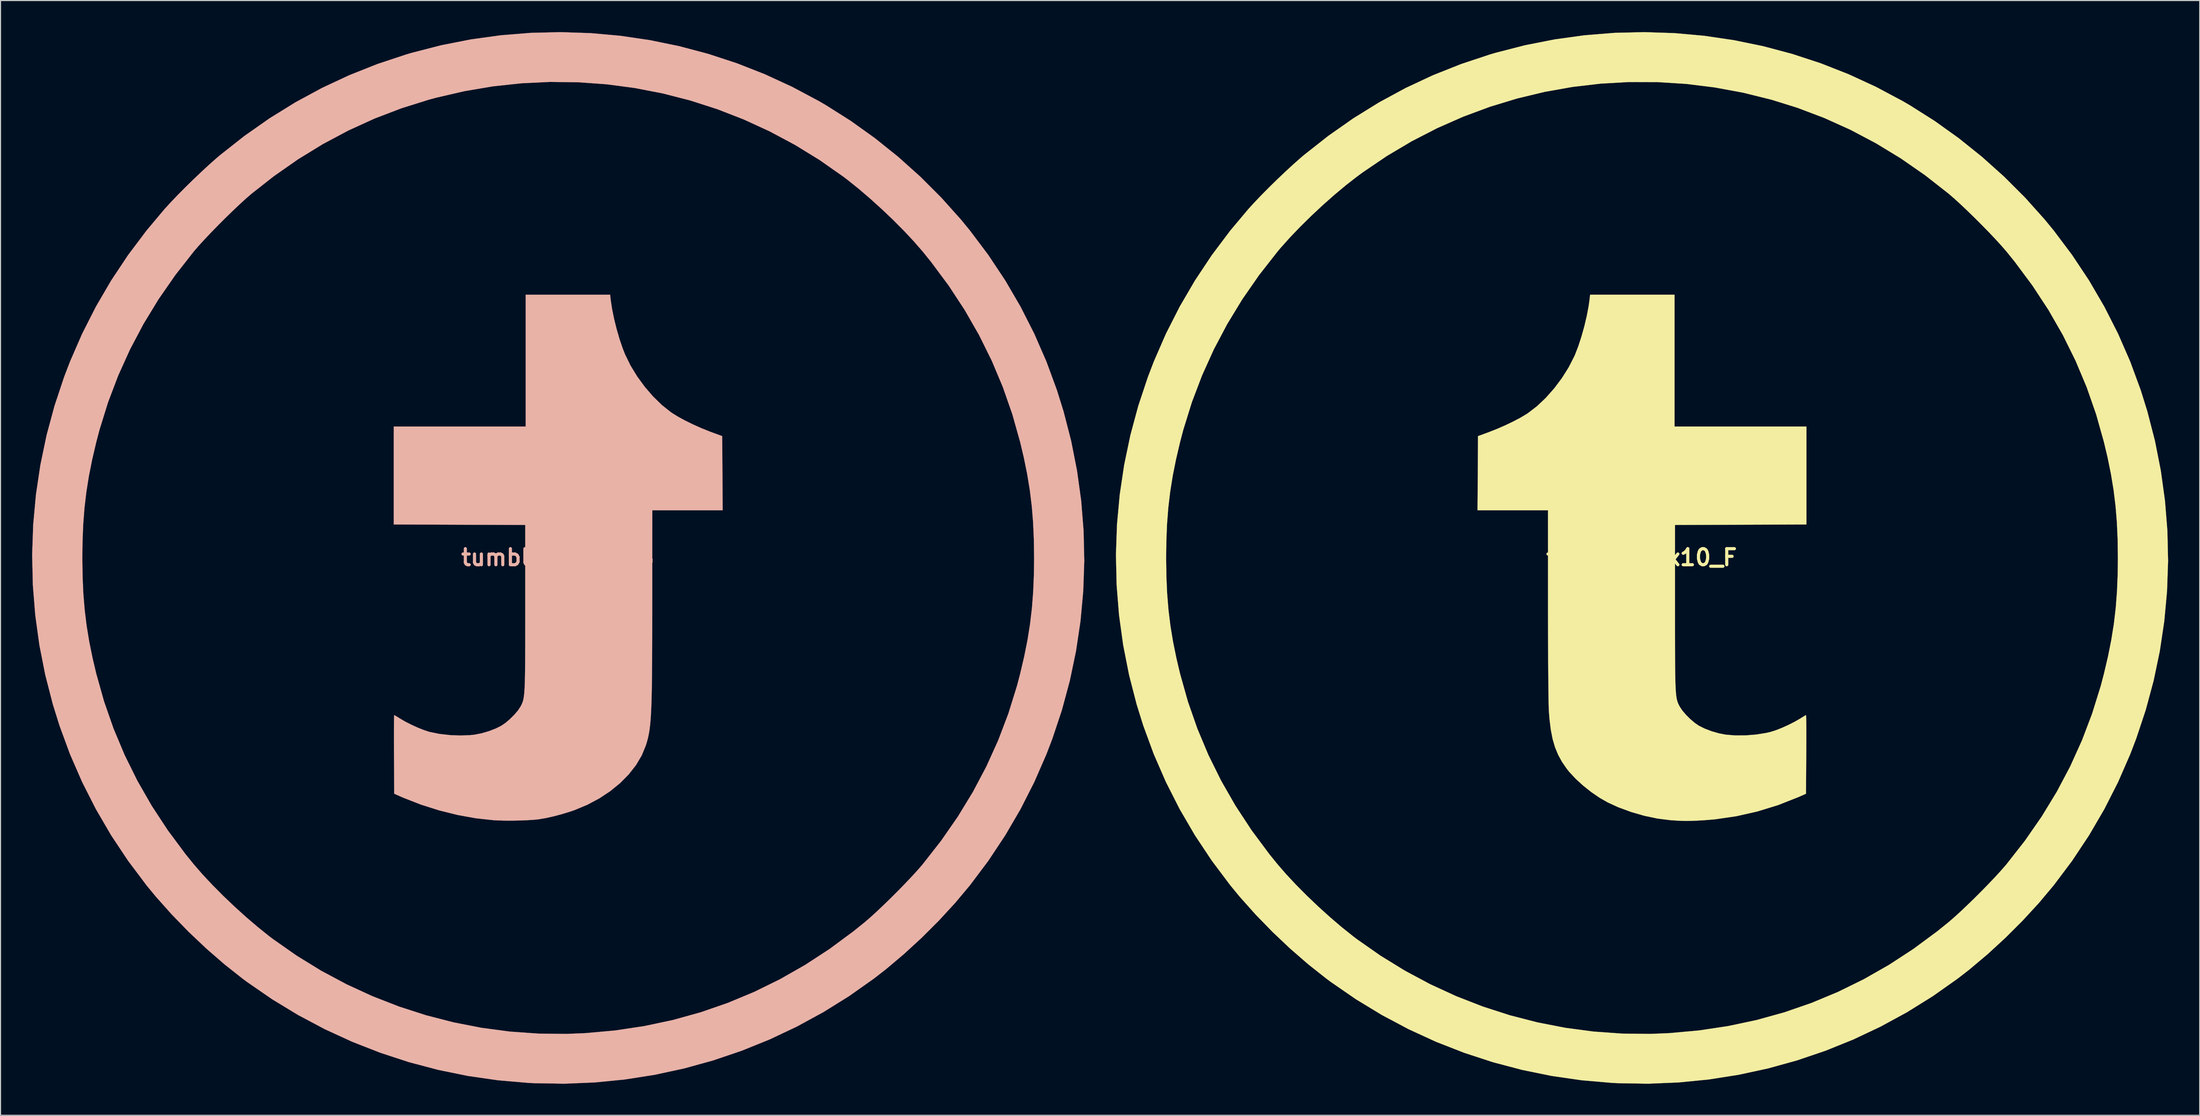
<source format=kicad_pcb>
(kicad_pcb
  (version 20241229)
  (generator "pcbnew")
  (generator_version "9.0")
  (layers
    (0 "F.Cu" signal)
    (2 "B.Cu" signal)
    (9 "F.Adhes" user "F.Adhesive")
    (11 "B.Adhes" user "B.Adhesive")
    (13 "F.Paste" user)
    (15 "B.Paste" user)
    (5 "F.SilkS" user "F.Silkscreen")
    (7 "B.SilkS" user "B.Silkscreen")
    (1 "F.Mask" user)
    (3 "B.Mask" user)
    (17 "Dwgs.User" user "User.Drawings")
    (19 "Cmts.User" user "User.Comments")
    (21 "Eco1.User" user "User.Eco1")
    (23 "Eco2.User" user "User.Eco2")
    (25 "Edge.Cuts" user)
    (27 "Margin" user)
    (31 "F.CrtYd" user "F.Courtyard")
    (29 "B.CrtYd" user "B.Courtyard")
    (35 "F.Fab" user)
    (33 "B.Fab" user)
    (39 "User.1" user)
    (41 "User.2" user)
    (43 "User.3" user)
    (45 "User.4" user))
  (footprint "tumblr_10x10_F"
    (layer "F.Cu")
    (at 152.892 49.938)
    (property "Reference" "tumblr_10x10_F" (at 0 0 0) (layer "F.SilkS") (effects (font (size 1.524 1.524) (thickness 0.3))))
    (attr through_hole)
    (fp_poly (pts (xy 3.133 -12.446) (xy 15.663 -12.446) (xy 15.663 -3.134) (xy 9.419 -3.112) (xy 3.175 -3.09) (xy 3.175 4.784) (xy 3.175 6.175) (xy 3.176 7.407) (xy 3.178 8.492) (xy 3.181 9.44) (xy 3.186 10.26) (xy 3.194 10.965) (xy 3.205 11.565) (xy 3.22 12.071) (xy 3.239 12.492) (xy 3.263 12.841) (xy 3.292 13.127) (xy 3.326 13.362) (xy 3.367 13.555) (xy 3.415 13.719) (xy 3.469 13.863) (xy 3.532 13.998) (xy 3.603 14.134) (xy 3.627 14.18) (xy 3.868 14.543) (xy 4.213 14.949) (xy 4.618 15.354) (xy 5.041 15.715) (xy 5.438 15.99) (xy 5.439 15.991) (xy 6.002 16.271) (xy 6.665 16.523) (xy 7.359 16.722) (xy 7.986 16.843) (xy 8.899 16.918) (xy 9.892 16.912) (xy 10.899 16.831) (xy 11.853 16.677) (xy 12.234 16.589) (xy 12.723 16.436) (xy 13.299 16.211) (xy 13.909 15.938) (xy 14.5 15.641) (xy 15.02 15.344) (xy 15.099 15.295) (xy 15.347 15.14) (xy 15.536 15.029) (xy 15.623 14.986) (xy 15.624 14.986) (xy 15.632 15.068) (xy 15.638 15.302) (xy 15.643 15.671) (xy 15.647 16.159) (xy 15.648 16.747) (xy 15.648 17.42) (xy 15.646 18.159) (xy 15.643 18.723) (xy 15.621 22.459) (xy 14.885 22.783) (xy 12.961 23.541) (xy 10.986 24.148) (xy 8.982 24.6) (xy 6.967 24.892) (xy 5.969 24.975) (xy 5.306 25.014) (xy 4.762 25.037) (xy 4.287 25.045) (xy 3.83 25.037) (xy 3.341 25.013) (xy 2.771 24.974) (xy 2.718 24.97) (xy 1.517 24.819) (xy 0.258 24.554) (xy -1.007 24.188) (xy -2.227 23.737) (xy -3.195 23.294) (xy -3.977 22.849) (xy -4.777 22.301) (xy -5.553 21.683) (xy -6.266 21.03) (xy -6.875 20.374) (xy -7.112 20.077) (xy -7.558 19.427) (xy -7.923 18.761) (xy -8.216 18.051) (xy -8.445 17.273) (xy -8.617 16.4) (xy -8.741 15.406) (xy -8.805 14.605) (xy -8.816 14.344) (xy -8.827 13.927) (xy -8.837 13.367) (xy -8.847 12.677) (xy -8.856 11.871) (xy -8.864 10.962) (xy -8.871 9.963) (xy -8.877 8.888) (xy -8.882 7.749) (xy -8.886 6.56) (xy -8.888 5.334) (xy -8.888 4.424) (xy -8.89 -4.487) (xy -15.581 -4.487) (xy -15.558 -8.011) (xy -15.536 -11.535) (xy -14.52 -11.908) (xy -13.74 -12.214) (xy -12.947 -12.561) (xy -12.182 -12.928) (xy -11.488 -13.295) (xy -10.906 -13.643) (xy -10.791 -13.719) (xy -9.937 -14.374) (xy -9.099 -15.168) (xy -8.3 -16.07) (xy -7.566 -17.049) (xy -6.921 -18.075) (xy -6.389 -19.119) (xy -6.315 -19.286) (xy -6.007 -20.084) (xy -5.709 -20.997) (xy -5.438 -21.968) (xy -5.207 -22.943) (xy -5.031 -23.867) (xy -4.945 -24.478) (xy -4.889 -24.977) (xy 3.133 -24.977) (xy 3.133 -12.446)) (stroke (width 0.01) (type solid)) (fill yes) (layer "F.SilkS"))
    (fp_poly (pts (xy 3.122 -49.839) (xy 5.953 -49.585) (xy 8.762 -49.171) (xy 11.545 -48.598) (xy 14.292 -47.868) (xy 16.998 -46.981) (xy 19.654 -45.938) (xy 22.254 -44.74) (xy 24.791 -43.388) (xy 25.485 -42.984) (xy 27.836 -41.495) (xy 30.124 -39.858) (xy 32.33 -38.088) (xy 34.44 -36.197) (xy 36.436 -34.201) (xy 38.303 -32.114) (xy 39.157 -31.073) (xy 40.907 -28.741) (xy 42.51 -26.326) (xy 43.964 -23.832) (xy 45.268 -21.262) (xy 46.42 -18.618) (xy 47.418 -15.904) (xy 48.047 -13.885) (xy 48.77 -11.079) (xy 49.328 -8.245) (xy 49.722 -5.392) (xy 49.951 -2.527) (xy 50.016 0.342) (xy 49.917 3.209) (xy 49.655 6.065) (xy 49.23 8.903) (xy 48.643 11.715) (xy 47.894 14.495) (xy 46.983 17.234) (xy 46.417 18.711) (xy 45.266 21.35) (xy 43.962 23.919) (xy 42.508 26.412) (xy 40.908 28.824) (xy 39.164 31.148) (xy 39.157 31.157) (xy 37.744 32.843) (xy 36.201 34.52) (xy 34.563 36.156) (xy 32.865 37.717) (xy 31.143 39.167) (xy 30.026 40.035) (xy 27.668 41.7) (xy 25.226 43.221) (xy 22.707 44.594) (xy 20.12 45.817) (xy 17.469 46.889) (xy 14.763 47.807) (xy 12.008 48.57) (xy 9.212 49.174) (xy 6.381 49.619) (xy 3.522 49.901) (xy 0.643 50.02) (xy -2.25 49.972) (xy -2.794 49.944) (xy -5.674 49.697) (xy -8.528 49.285) (xy -11.347 48.71) (xy -14.124 47.976) (xy -16.853 47.083) (xy -19.526 46.037) (xy -22.135 44.838) (xy -24.673 43.489) (xy -27.134 41.994) (xy -29.509 40.355) (xy -29.941 40.035) (xy -31.661 38.674) (xy -33.379 37.182) (xy -35.06 35.591) (xy -36.668 33.937) (xy -38.17 32.252) (xy -39.072 31.157) (xy -40.822 28.825) (xy -42.426 26.411) (xy -43.88 23.917) (xy -45.183 21.347) (xy -46.335 18.703) (xy -47.333 15.989) (xy -47.963 13.97) (xy -48.686 11.163) (xy -49.244 8.33) (xy -49.637 5.477) (xy -49.866 2.612) (xy -49.924 0.042) (xy -45.164 0.042) (xy -45.141 1.795) (xy -45.069 3.426) (xy -44.942 4.978) (xy -44.757 6.494) (xy -44.507 8.015) (xy -44.187 9.584) (xy -43.841 11.049) (xy -43.098 13.691) (xy -42.2 16.266) (xy -41.147 18.777) (xy -39.937 21.224) (xy -38.571 23.608) (xy -37.047 25.931) (xy -35.365 28.195) (xy -34.575 29.171) (xy -33.752 30.12) (xy -32.812 31.125) (xy -31.786 32.157) (xy -30.706 33.187) (xy -29.601 34.187) (xy -28.502 35.127) (xy -27.439 35.979) (xy -27.051 36.275) (xy -24.804 37.85) (xy -22.475 39.282) (xy -20.073 40.567) (xy -17.606 41.703) (xy -15.08 42.687) (xy -12.504 43.518) (xy -9.886 44.193) (xy -7.234 44.71) (xy -4.555 45.066) (xy -1.857 45.259) (xy 0.851 45.287) (xy 2.667 45.212) (xy 5.48 44.956) (xy 8.235 44.54) (xy 10.931 43.967) (xy 13.567 43.235) (xy 16.142 42.344) (xy 18.657 41.296) (xy 21.111 40.09) (xy 23.504 38.725) (xy 25.834 37.204) (xy 28.102 35.525) (xy 29.168 34.664) (xy 29.689 34.214) (xy 30.295 33.662) (xy 30.957 33.035) (xy 31.65 32.36) (xy 32.347 31.663) (xy 33.022 30.97) (xy 33.648 30.308) (xy 34.2 29.703) (xy 34.651 29.182) (xy 34.66 29.171) (xy 36.412 26.933) (xy 38.005 24.636) (xy 39.441 22.278) (xy 40.719 19.859) (xy 41.841 17.377) (xy 42.807 14.83) (xy 43.619 12.218) (xy 43.926 11.049) (xy 44.312 9.402) (xy 44.623 7.84) (xy 44.866 6.322) (xy 45.044 4.804) (xy 45.164 3.245) (xy 45.231 1.602) (xy 45.249 0.042) (xy 45.226 -1.71) (xy 45.154 -3.341) (xy 45.027 -4.893) (xy 44.841 -6.409) (xy 44.591 -7.93) (xy 44.272 -9.499) (xy 43.926 -10.964) (xy 43.183 -13.606) (xy 42.285 -16.182) (xy 41.231 -18.692) (xy 40.022 -21.139) (xy 38.655 -23.523) (xy 37.131 -25.847) (xy 35.449 -28.11) (xy 34.66 -29.086) (xy 34.212 -29.605) (xy 33.663 -30.208) (xy 33.038 -30.869) (xy 32.363 -31.561) (xy 31.667 -32.258) (xy 30.973 -32.934) (xy 30.31 -33.563) (xy 29.703 -34.117) (xy 29.179 -34.57) (xy 29.168 -34.58) (xy 26.931 -36.333) (xy 24.632 -37.929) (xy 22.271 -39.367) (xy 19.847 -40.649) (xy 17.359 -41.773) (xy 14.809 -42.74) (xy 12.334 -43.512) (xy 9.647 -44.178) (xy 6.945 -44.678) (xy 4.234 -45.013) (xy 1.522 -45.184) (xy -1.185 -45.192) (xy -3.881 -45.039) (xy -6.557 -44.726) (xy -9.208 -44.255) (xy -11.826 -43.625) (xy -14.405 -42.84) (xy -16.939 -41.899) (xy -19.419 -40.805) (xy -21.841 -39.558) (xy -24.196 -38.16) (xy -26.478 -36.612) (xy -27.051 -36.19) (xy -28.091 -35.379) (xy -29.18 -34.469) (xy -30.286 -33.488) (xy -31.38 -32.466) (xy -32.43 -31.431) (xy -33.406 -30.413) (xy -34.277 -29.439) (xy -34.575 -29.086) (xy -36.327 -26.848) (xy -37.921 -24.551) (xy -39.356 -22.194) (xy -40.634 -19.775) (xy -41.756 -17.292) (xy -42.723 -14.746) (xy -43.534 -12.133) (xy -43.841 -10.964) (xy -44.227 -9.317) (xy -44.538 -7.756) (xy -44.781 -6.237) (xy -44.96 -4.719) (xy -45.08 -3.16) (xy -45.146 -1.518) (xy -45.164 0.042) (xy -49.924 0.042) (xy -49.931 -0.258) (xy -49.832 -3.124) (xy -49.57 -5.98) (xy -49.146 -8.818) (xy -48.558 -11.631) (xy -47.809 -14.41) (xy -46.898 -17.149) (xy -46.332 -18.627) (xy -45.179 -21.273) (xy -43.876 -23.839) (xy -42.424 -26.328) (xy -40.822 -28.738) (xy -39.069 -31.071) (xy -37.362 -33.105) (xy -36.791 -33.732) (xy -36.12 -34.434) (xy -35.383 -35.179) (xy -34.61 -35.936) (xy -33.835 -36.673) (xy -33.089 -37.361) (xy -32.405 -37.967) (xy -32.089 -38.236) (xy -29.768 -40.066) (xy -27.381 -41.741) (xy -24.927 -43.261) (xy -22.404 -44.627) (xy -19.809 -45.84) (xy -17.142 -46.901) (xy -14.4 -47.811) (xy -13.885 -47.963) (xy -11.083 -48.685) (xy -8.259 -49.242) (xy -5.419 -49.635) (xy -2.571 -49.865) (xy 0.279 -49.933) (xy 3.122 -49.839)) (stroke (width 0.01) (type solid)) (fill yes) (layer "F.SilkS")))
  (footprint "tumblr_10x10_B"
    (layer "F.Cu")
    (at 49.936 49.938)
    (property "Reference" "tumblr_10x10_B" (at 0 0 0) (layer "B.SilkS") (effects (font (size 1.524 1.524) (thickness 0.3))))
    (attr through_hole)
    (fp_poly (pts (xy 5.03 -24.478) (xy 5.157 -23.627) (xy 5.349 -22.684) (xy 5.592 -21.704) (xy 5.872 -20.743) (xy 6.174 -19.856) (xy 6.4 -19.286) (xy 6.911 -18.243) (xy 7.54 -17.212) (xy 8.262 -16.223) (xy 9.051 -15.307) (xy 9.885 -14.493) (xy 10.738 -13.814) (xy 10.876 -13.719) (xy 11.426 -13.379) (xy 12.098 -13.014) (xy 12.85 -12.645) (xy 13.64 -12.291) (xy 14.427 -11.974) (xy 14.605 -11.908) (xy 15.621 -11.535) (xy 15.643 -8.011) (xy 15.665 -4.487) (xy 8.975 -4.487) (xy 8.973 4.424) (xy 8.972 6.078) (xy 8.97 7.572) (xy 8.966 8.916) (xy 8.959 10.121) (xy 8.95 11.196) (xy 8.938 12.15) (xy 8.923 12.994) (xy 8.903 13.738) (xy 8.879 14.391) (xy 8.849 14.963) (xy 8.815 15.464) (xy 8.775 15.903) (xy 8.728 16.292) (xy 8.675 16.638) (xy 8.615 16.953) (xy 8.547 17.246) (xy 8.471 17.527) (xy 8.387 17.806) (xy 8.368 17.865) (xy 7.977 18.816) (xy 7.431 19.738) (xy 6.743 20.619) (xy 5.924 21.447) (xy 4.988 22.211) (xy 3.948 22.901) (xy 2.817 23.504) (xy 1.606 24.009) (xy 1.27 24.126) (xy 0.467 24.376) (xy -0.343 24.595) (xy -1.107 24.768) (xy -1.772 24.882) (xy -1.778 24.883) (xy -2.295 24.936) (xy -2.934 24.977) (xy -3.65 25.004) (xy -4.396 25.016) (xy -5.125 25.012) (xy -5.792 24.992) (xy -6.113 24.974) (xy -7.786 24.792) (xy -9.514 24.479) (xy -11.256 24.046) (xy -12.973 23.503) (xy -14.625 22.859) (xy -14.8 22.783) (xy -15.536 22.459) (xy -15.558 18.723) (xy -15.562 17.946) (xy -15.564 17.223) (xy -15.563 16.572) (xy -15.561 16.011) (xy -15.557 15.555) (xy -15.552 15.222) (xy -15.545 15.029) (xy -15.539 14.986) (xy -15.452 15.028) (xy -15.264 15.139) (xy -15.015 15.294) (xy -15.014 15.295) (xy -14.511 15.59) (xy -13.928 15.888) (xy -13.318 16.167) (xy -12.732 16.402) (xy -12.225 16.569) (xy -12.15 16.589) (xy -11.239 16.773) (xy -10.246 16.886) (xy -9.239 16.925) (xy -8.283 16.886) (xy -7.901 16.843) (xy -7.241 16.714) (xy -6.547 16.512) (xy -5.887 16.258) (xy -5.354 15.991) (xy -4.957 15.716) (xy -4.534 15.355) (xy -4.129 14.95) (xy -3.784 14.544) (xy -3.543 14.181) (xy -3.542 14.18) (xy -3.469 14.04) (xy -3.404 13.906) (xy -3.347 13.766) (xy -3.297 13.61) (xy -3.254 13.427) (xy -3.217 13.207) (xy -3.187 12.938) (xy -3.162 12.611) (xy -3.141 12.214) (xy -3.125 11.736) (xy -3.113 11.167) (xy -3.104 10.497) (xy -3.098 9.714) (xy -3.094 8.808) (xy -3.092 7.769) (xy -3.091 6.584) (xy -3.09 5.245) (xy -3.09 4.784) (xy -3.09 -3.09) (xy -15.579 -3.134) (xy -15.579 -12.446) (xy -3.048 -12.446) (xy -3.048 -24.977) (xy 4.973 -24.977) (xy 5.03 -24.478)) (stroke (width 0.01) (type solid)) (fill yes) (layer "B.SilkS"))
    (fp_poly (pts (xy 3.122 -49.839) (xy 5.953 -49.585) (xy 8.762 -49.171) (xy 11.545 -48.598) (xy 14.292 -47.868) (xy 16.998 -46.981) (xy 19.654 -45.938) (xy 22.254 -44.74) (xy 24.791 -43.388) (xy 25.485 -42.984) (xy 27.836 -41.495) (xy 30.124 -39.858) (xy 32.33 -38.088) (xy 34.44 -36.197) (xy 36.436 -34.201) (xy 38.303 -32.114) (xy 39.157 -31.073) (xy 40.907 -28.741) (xy 42.51 -26.326) (xy 43.964 -23.832) (xy 45.268 -21.262) (xy 46.42 -18.618) (xy 47.418 -15.904) (xy 48.047 -13.885) (xy 48.77 -11.079) (xy 49.328 -8.245) (xy 49.722 -5.392) (xy 49.951 -2.527) (xy 50.016 0.342) (xy 49.917 3.209) (xy 49.655 6.065) (xy 49.23 8.903) (xy 48.643 11.715) (xy 47.894 14.495) (xy 46.983 17.234) (xy 46.417 18.711) (xy 45.266 21.35) (xy 43.962 23.919) (xy 42.508 26.412) (xy 40.908 28.824) (xy 39.164 31.148) (xy 39.157 31.157) (xy 37.744 32.843) (xy 36.201 34.52) (xy 34.563 36.156) (xy 32.865 37.717) (xy 31.143 39.167) (xy 30.026 40.035) (xy 27.668 41.7) (xy 25.226 43.221) (xy 22.707 44.594) (xy 20.12 45.817) (xy 17.469 46.889) (xy 14.763 47.807) (xy 12.008 48.57) (xy 9.212 49.174) (xy 6.381 49.619) (xy 3.522 49.901) (xy 0.643 50.02) (xy -2.25 49.972) (xy -2.794 49.944) (xy -5.674 49.697) (xy -8.528 49.285) (xy -11.347 48.71) (xy -14.124 47.976) (xy -16.853 47.083) (xy -19.526 46.037) (xy -22.135 44.838) (xy -24.673 43.489) (xy -27.134 41.994) (xy -29.509 40.355) (xy -29.941 40.035) (xy -31.661 38.674) (xy -33.379 37.182) (xy -35.06 35.591) (xy -36.668 33.937) (xy -38.17 32.252) (xy -39.072 31.157) (xy -40.822 28.825) (xy -42.426 26.411) (xy -43.88 23.917) (xy -45.183 21.347) (xy -46.335 18.703) (xy -47.333 15.989) (xy -47.963 13.97) (xy -48.686 11.163) (xy -49.244 8.33) (xy -49.637 5.477) (xy -49.866 2.612) (xy -49.924 0.042) (xy -45.164 0.042) (xy -45.141 1.795) (xy -45.069 3.426) (xy -44.942 4.978) (xy -44.757 6.494) (xy -44.507 8.015) (xy -44.187 9.584) (xy -43.841 11.049) (xy -43.098 13.691) (xy -42.2 16.266) (xy -41.147 18.777) (xy -39.937 21.224) (xy -38.571 23.608) (xy -37.047 25.931) (xy -35.365 28.195) (xy -34.575 29.171) (xy -33.752 30.12) (xy -32.812 31.125) (xy -31.786 32.157) (xy -30.706 33.187) (xy -29.601 34.187) (xy -28.502 35.127) (xy -27.439 35.979) (xy -27.051 36.275) (xy -24.804 37.85) (xy -22.475 39.282) (xy -20.073 40.567) (xy -17.606 41.703) (xy -15.08 42.687) (xy -12.504 43.518) (xy -9.886 44.193) (xy -7.234 44.71) (xy -4.555 45.066) (xy -1.857 45.259) (xy 0.851 45.287) (xy 2.667 45.212) (xy 5.48 44.956) (xy 8.235 44.54) (xy 10.931 43.967) (xy 13.567 43.235) (xy 16.142 42.344) (xy 18.657 41.296) (xy 21.111 40.09) (xy 23.504 38.725) (xy 25.834 37.204) (xy 28.102 35.525) (xy 29.168 34.664) (xy 29.689 34.214) (xy 30.295 33.662) (xy 30.957 33.035) (xy 31.65 32.36) (xy 32.347 31.663) (xy 33.022 30.97) (xy 33.648 30.308) (xy 34.2 29.703) (xy 34.651 29.182) (xy 34.66 29.171) (xy 36.412 26.933) (xy 38.005 24.636) (xy 39.441 22.278) (xy 40.719 19.859) (xy 41.841 17.377) (xy 42.807 14.83) (xy 43.619 12.218) (xy 43.926 11.049) (xy 44.312 9.402) (xy 44.623 7.84) (xy 44.866 6.322) (xy 45.044 4.804) (xy 45.164 3.245) (xy 45.231 1.602) (xy 45.249 0.042) (xy 45.226 -1.71) (xy 45.154 -3.341) (xy 45.027 -4.893) (xy 44.841 -6.409) (xy 44.591 -7.93) (xy 44.272 -9.499) (xy 43.926 -10.964) (xy 43.183 -13.606) (xy 42.285 -16.182) (xy 41.231 -18.692) (xy 40.022 -21.139) (xy 38.655 -23.523) (xy 37.131 -25.847) (xy 35.449 -28.11) (xy 34.66 -29.086) (xy 33.836 -30.035) (xy 32.896 -31.04) (xy 31.871 -32.072) (xy 30.79 -33.102) (xy 29.685 -34.102) (xy 28.586 -35.043) (xy 27.524 -35.895) (xy 27.136 -36.19) (xy 24.874 -37.776) (xy 22.537 -39.213) (xy 20.132 -40.499) (xy 17.666 -41.633) (xy 15.145 -42.613) (xy 12.577 -43.439) (xy 9.968 -44.108) (xy 7.325 -44.62) (xy 4.655 -44.974) (xy 1.964 -45.168) (xy -0.741 -45.202) (xy -3.453 -45.072) (xy -6.164 -44.78) (xy -8.869 -44.322) (xy -11.561 -43.699) (xy -12.25 -43.512) (xy -14.86 -42.693) (xy -17.407 -41.718) (xy -19.89 -40.585) (xy -22.311 -39.296) (xy -24.669 -37.849) (xy -26.965 -36.245) (xy -29.083 -34.58) (xy -29.605 -34.129) (xy -30.21 -33.577) (xy -30.872 -32.95) (xy -31.565 -32.275) (xy -32.262 -31.578) (xy -32.937 -30.885) (xy -33.564 -30.223) (xy -34.116 -29.619) (xy -34.566 -29.097) (xy -34.575 -29.086) (xy -36.327 -26.848) (xy -37.921 -24.551) (xy -39.356 -22.194) (xy -40.634 -19.775) (xy -41.756 -17.292) (xy -42.723 -14.746) (xy -43.534 -12.133) (xy -43.841 -10.964) (xy -44.227 -9.317) (xy -44.538 -7.756) (xy -44.781 -6.237) (xy -44.96 -4.719) (xy -45.08 -3.16) (xy -45.146 -1.518) (xy -45.164 0.042) (xy -49.924 0.042) (xy -49.931 -0.258) (xy -49.832 -3.124) (xy -49.57 -5.98) (xy -49.146 -8.818) (xy -48.558 -11.631) (xy -47.809 -14.41) (xy -46.898 -17.149) (xy -46.332 -18.627) (xy -45.179 -21.273) (xy -43.876 -23.839) (xy -42.424 -26.328) (xy -40.822 -28.738) (xy -39.069 -31.071) (xy -37.362 -33.105) (xy -36.791 -33.732) (xy -36.12 -34.434) (xy -35.383 -35.179) (xy -34.61 -35.936) (xy -33.835 -36.673) (xy -33.089 -37.361) (xy -32.405 -37.967) (xy -32.089 -38.236) (xy -29.768 -40.066) (xy -27.381 -41.741) (xy -24.927 -43.261) (xy -22.404 -44.627) (xy -19.809 -45.84) (xy -17.142 -46.901) (xy -14.4 -47.811) (xy -13.885 -47.963) (xy -11.083 -48.685) (xy -8.259 -49.242) (xy -5.419 -49.635) (xy -2.571 -49.865) (xy 0.279 -49.933) (xy 3.122 -49.839)) (stroke (width 0.01) (type solid)) (fill yes) (layer "B.SilkS")))
  (gr_rect
    (start -3 -3)
    (end 205.913 102.962)
    (stroke (width 0.1) (type default))
    (fill no)
    (layer "Edge.Cuts")))
</source>
